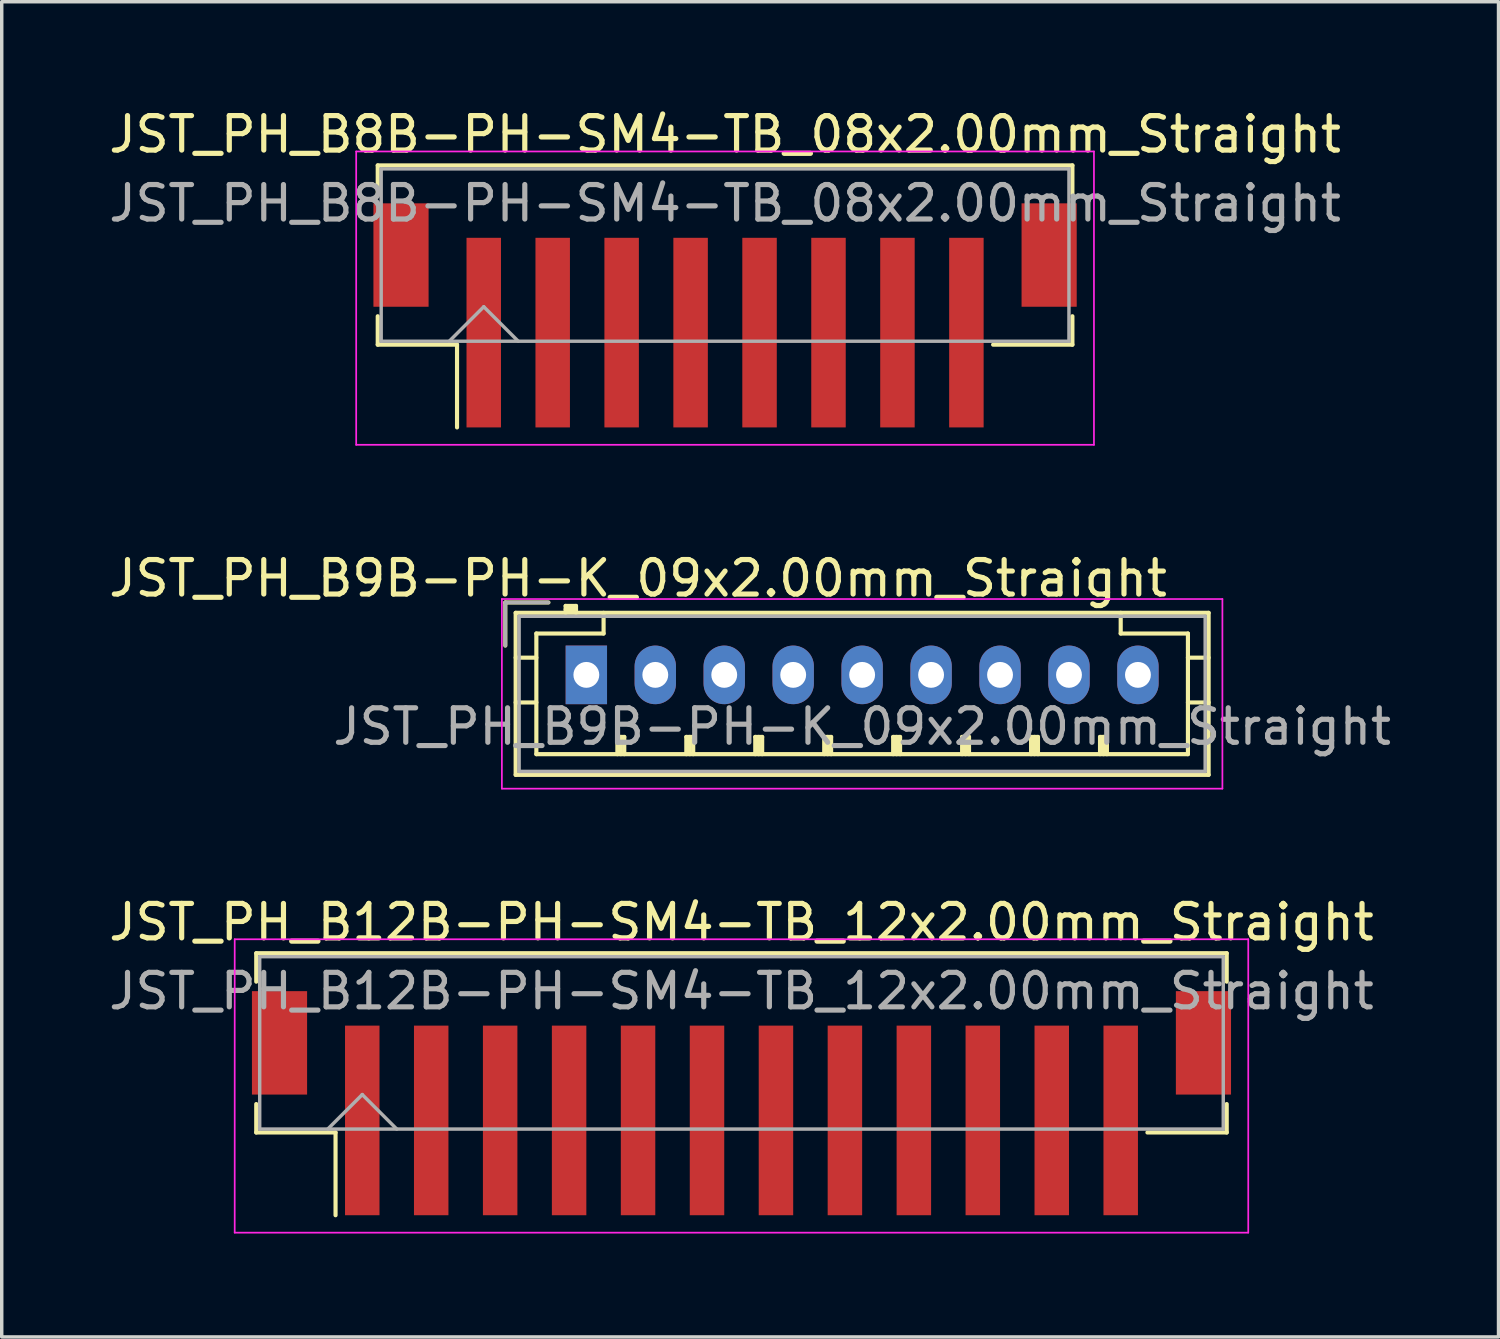
<source format=kicad_pcb>
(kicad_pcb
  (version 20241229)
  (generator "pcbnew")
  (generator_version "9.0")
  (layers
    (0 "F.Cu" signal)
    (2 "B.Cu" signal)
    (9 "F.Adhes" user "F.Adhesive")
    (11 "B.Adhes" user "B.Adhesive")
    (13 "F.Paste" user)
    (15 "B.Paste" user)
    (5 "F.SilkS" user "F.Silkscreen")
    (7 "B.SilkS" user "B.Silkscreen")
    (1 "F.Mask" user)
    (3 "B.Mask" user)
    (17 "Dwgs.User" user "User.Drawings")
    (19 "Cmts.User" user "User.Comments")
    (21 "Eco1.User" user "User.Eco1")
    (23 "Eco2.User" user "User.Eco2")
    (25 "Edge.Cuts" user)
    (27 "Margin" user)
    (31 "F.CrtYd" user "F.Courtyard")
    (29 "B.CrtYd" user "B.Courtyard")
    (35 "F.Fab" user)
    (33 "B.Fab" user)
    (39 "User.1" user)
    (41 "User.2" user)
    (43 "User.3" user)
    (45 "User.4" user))
  (footprint "JST_PH_B8B-PH-SM4-TB_08x2.00mm_Straight"
    (layer "F.Cu")
    (at 17.982 5.473)
    (property "Reference" "JST_PH_B8B-PH-SM4-TB_08x2.00mm_Straight" (at 0 -4.625 0) (layer "F.SilkS") (effects (font (size 1 1) (thickness 0.15))))
    (attr smd)
    (fp_line (start -10.075 -3.725) (end 10.075 -3.725) (stroke (width 0.12) (type solid)) (layer "F.SilkS"))
    (fp_line (start -10.075 -2.9) (end -10.075 -3.725) (stroke (width 0.12) (type solid)) (layer "F.SilkS"))
    (fp_line (start -10.075 0.65) (end -10.075 1.475) (stroke (width 0.12) (type solid)) (layer "F.SilkS"))
    (fp_line (start -10.075 1.475) (end -7.775 1.475) (stroke (width 0.12) (type solid)) (layer "F.SilkS"))
    (fp_line (start -7.775 1.475) (end -7.775 3.875) (stroke (width 0.12) (type solid)) (layer "F.SilkS"))
    (fp_line (start 10.075 -3.725) (end 10.075 -2.9) (stroke (width 0.12) (type solid)) (layer "F.SilkS"))
    (fp_line (start 10.075 0.65) (end 10.075 1.475) (stroke (width 0.12) (type solid)) (layer "F.SilkS"))
    (fp_line (start 10.075 1.475) (end 7.775 1.475) (stroke (width 0.12) (type solid)) (layer "F.SilkS"))
    (fp_line (start -10.7 -4.13) (end -10.7 4.38) (stroke (width 0.05) (type solid)) (layer "F.CrtYd"))
    (fp_line (start -10.7 4.38) (end 10.7 4.38) (stroke (width 0.05) (type solid)) (layer "F.CrtYd"))
    (fp_line (start 10.7 -4.13) (end -10.7 -4.13) (stroke (width 0.05) (type solid)) (layer "F.CrtYd"))
    (fp_line (start 10.7 4.38) (end 10.7 -4.13) (stroke (width 0.05) (type solid)) (layer "F.CrtYd"))
    (fp_line (start -9.975 -3.625) (end -9.975 1.375) (stroke (width 0.1) (type solid)) (layer "F.Fab"))
    (fp_line (start -9.975 1.375) (end 9.975 1.375) (stroke (width 0.1) (type solid)) (layer "F.Fab"))
    (fp_line (start -8 1.375) (end -7 0.375) (stroke (width 0.1) (type solid)) (layer "F.Fab"))
    (fp_line (start -7 0.375) (end -6 1.375) (stroke (width 0.1) (type solid)) (layer "F.Fab"))
    (fp_line (start 9.975 -3.625) (end -9.975 -3.625) (stroke (width 0.1) (type solid)) (layer "F.Fab"))
    (fp_line (start 9.975 1.375) (end 9.975 -3.625) (stroke (width 0.1) (type solid)) (layer "F.Fab"))
    (fp_text user "${REFERENCE}" (at 0 -2.625 0) (layer "F.Fab") (effects (font (size 1 1) (thickness 0.15))))
    (pad "" smd rect (at -9.4 -1.125) (size 1.6 3) (layers "F.Cu" "F.Mask" "F.Paste"))
    (pad "" smd rect (at 9.4 -1.125) (size 1.6 3) (layers "F.Cu" "F.Mask" "F.Paste"))
    (pad "1" smd rect (at -7 1.125) (size 1 5.5) (layers "F.Cu" "F.Mask" "F.Paste"))
    (pad "2" smd rect (at -5 1.125) (size 1 5.5) (layers "F.Cu" "F.Mask" "F.Paste"))
    (pad "3" smd rect (at -3 1.125) (size 1 5.5) (layers "F.Cu" "F.Mask" "F.Paste"))
    (pad "4" smd rect (at -1 1.125) (size 1 5.5) (layers "F.Cu" "F.Mask" "F.Paste"))
    (pad "5" smd rect (at 1 1.125) (size 1 5.5) (layers "F.Cu" "F.Mask" "F.Paste"))
    (pad "6" smd rect (at 3 1.125) (size 1 5.5) (layers "F.Cu" "F.Mask" "F.Paste"))
    (pad "7" smd rect (at 5 1.125) (size 1 5.5) (layers "F.Cu" "F.Mask" "F.Paste"))
    (pad "8" smd rect (at 7 1.125) (size 1 5.5) (layers "F.Cu" "F.Mask" "F.Paste")))
  (footprint "JST_PH_B12B-PH-SM4-TB_12x2.00mm_Straight"
    (layer "F.Cu")
    (at 18.458 28.325)
    (property "Reference" "JST_PH_B12B-PH-SM4-TB_12x2.00mm_Straight" (at 0 -4.625 0) (layer "F.SilkS") (effects (font (size 1 1) (thickness 0.15))))
    (attr smd)
    (fp_line (start -14.075 -3.725) (end 14.075 -3.725) (stroke (width 0.12) (type solid)) (layer "F.SilkS"))
    (fp_line (start -14.075 -2.9) (end -14.075 -3.725) (stroke (width 0.12) (type solid)) (layer "F.SilkS"))
    (fp_line (start -14.075 0.65) (end -14.075 1.475) (stroke (width 0.12) (type solid)) (layer "F.SilkS"))
    (fp_line (start -14.075 1.475) (end -11.775 1.475) (stroke (width 0.12) (type solid)) (layer "F.SilkS"))
    (fp_line (start -11.775 1.475) (end -11.775 3.875) (stroke (width 0.12) (type solid)) (layer "F.SilkS"))
    (fp_line (start 14.075 -3.725) (end 14.075 -2.9) (stroke (width 0.12) (type solid)) (layer "F.SilkS"))
    (fp_line (start 14.075 0.65) (end 14.075 1.475) (stroke (width 0.12) (type solid)) (layer "F.SilkS"))
    (fp_line (start 14.075 1.475) (end 11.775 1.475) (stroke (width 0.12) (type solid)) (layer "F.SilkS"))
    (fp_line (start -14.7 -4.13) (end -14.7 4.38) (stroke (width 0.05) (type solid)) (layer "F.CrtYd"))
    (fp_line (start -14.7 4.38) (end 14.7 4.38) (stroke (width 0.05) (type solid)) (layer "F.CrtYd"))
    (fp_line (start 14.7 -4.13) (end -14.7 -4.13) (stroke (width 0.05) (type solid)) (layer "F.CrtYd"))
    (fp_line (start 14.7 4.38) (end 14.7 -4.13) (stroke (width 0.05) (type solid)) (layer "F.CrtYd"))
    (fp_line (start -13.975 -3.625) (end -13.975 1.375) (stroke (width 0.1) (type solid)) (layer "F.Fab"))
    (fp_line (start -13.975 1.375) (end 13.975 1.375) (stroke (width 0.1) (type solid)) (layer "F.Fab"))
    (fp_line (start -12 1.375) (end -11 0.375) (stroke (width 0.1) (type solid)) (layer "F.Fab"))
    (fp_line (start -11 0.375) (end -10 1.375) (stroke (width 0.1) (type solid)) (layer "F.Fab"))
    (fp_line (start 13.975 -3.625) (end -13.975 -3.625) (stroke (width 0.1) (type solid)) (layer "F.Fab"))
    (fp_line (start 13.975 1.375) (end 13.975 -3.625) (stroke (width 0.1) (type solid)) (layer "F.Fab"))
    (fp_text user "${REFERENCE}" (at 0 -2.625 0) (layer "F.Fab") (effects (font (size 1 1) (thickness 0.15))))
    (pad "" smd rect (at -13.4 -1.125) (size 1.6 3) (layers "F.Cu" "F.Mask" "F.Paste"))
    (pad "" smd rect (at 13.4 -1.125) (size 1.6 3) (layers "F.Cu" "F.Mask" "F.Paste"))
    (pad "1" smd rect (at -11 1.125) (size 1 5.5) (layers "F.Cu" "F.Mask" "F.Paste"))
    (pad "2" smd rect (at -9 1.125) (size 1 5.5) (layers "F.Cu" "F.Mask" "F.Paste"))
    (pad "3" smd rect (at -7 1.125) (size 1 5.5) (layers "F.Cu" "F.Mask" "F.Paste"))
    (pad "4" smd rect (at -5 1.125) (size 1 5.5) (layers "F.Cu" "F.Mask" "F.Paste"))
    (pad "5" smd rect (at -3 1.125) (size 1 5.5) (layers "F.Cu" "F.Mask" "F.Paste"))
    (pad "6" smd rect (at -1 1.125) (size 1 5.5) (layers "F.Cu" "F.Mask" "F.Paste"))
    (pad "7" smd rect (at 1 1.125) (size 1 5.5) (layers "F.Cu" "F.Mask" "F.Paste"))
    (pad "8" smd rect (at 3 1.125) (size 1 5.5) (layers "F.Cu" "F.Mask" "F.Paste"))
    (pad "9" smd rect (at 5 1.125) (size 1 5.5) (layers "F.Cu" "F.Mask" "F.Paste"))
    (pad "10" smd rect (at 7 1.125) (size 1 5.5) (layers "F.Cu" "F.Mask" "F.Paste"))
    (pad "11" smd rect (at 9 1.125) (size 1 5.5) (layers "F.Cu" "F.Mask" "F.Paste"))
    (pad "12" smd rect (at 11 1.125) (size 1 5.5) (layers "F.Cu" "F.Mask" "F.Paste")))
  (footprint "JST_PH_B9B-PH-K_09x2.00mm_Straight"
    (layer "F.Cu")
    (at 13.958 16.526)
    (property "Reference" "JST_PH_B9B-PH-K_09x2.00mm_Straight" (at 1.5 -2.8 0) (layer "F.SilkS") (effects (font (size 1 1) (thickness 0.15))))
    (attr through_hole)
    (fp_line (start -2.35 -2.1) (end -2.35 -0.85) (stroke (width 0.12) (type solid)) (layer "F.SilkS"))
    (fp_line (start -2.05 -1.8) (end -2.05 2.9) (stroke (width 0.12) (type solid)) (layer "F.SilkS"))
    (fp_line (start -2.05 -0.5) (end -1.45 -0.5) (stroke (width 0.12) (type solid)) (layer "F.SilkS"))
    (fp_line (start -2.05 0.8) (end -1.45 0.8) (stroke (width 0.12) (type solid)) (layer "F.SilkS"))
    (fp_line (start -2.05 2.9) (end 18.05 2.9) (stroke (width 0.12) (type solid)) (layer "F.SilkS"))
    (fp_line (start -1.45 -1.2) (end -1.45 2.3) (stroke (width 0.12) (type solid)) (layer "F.SilkS"))
    (fp_line (start -1.45 2.3) (end 17.45 2.3) (stroke (width 0.12) (type solid)) (layer "F.SilkS"))
    (fp_line (start -1.1 -2.1) (end -2.35 -2.1) (stroke (width 0.12) (type solid)) (layer "F.SilkS"))
    (fp_line (start -0.6 -2) (end -0.6 -1.8) (stroke (width 0.12) (type solid)) (layer "F.SilkS"))
    (fp_line (start -0.3 -2) (end -0.6 -2) (stroke (width 0.12) (type solid)) (layer "F.SilkS"))
    (fp_line (start -0.3 -1.9) (end -0.6 -1.9) (stroke (width 0.12) (type solid)) (layer "F.SilkS"))
    (fp_line (start -0.3 -1.8) (end -0.3 -2) (stroke (width 0.12) (type solid)) (layer "F.SilkS"))
    (fp_line (start 0.5 -1.8) (end 0.5 -1.2) (stroke (width 0.12) (type solid)) (layer "F.SilkS"))
    (fp_line (start 0.5 -1.2) (end -1.45 -1.2) (stroke (width 0.12) (type solid)) (layer "F.SilkS"))
    (fp_line (start 0.9 1.8) (end 1.1 1.8) (stroke (width 0.12) (type solid)) (layer "F.SilkS"))
    (fp_line (start 0.9 2.3) (end 0.9 1.8) (stroke (width 0.12) (type solid)) (layer "F.SilkS"))
    (fp_line (start 1 2.3) (end 1 1.8) (stroke (width 0.12) (type solid)) (layer "F.SilkS"))
    (fp_line (start 1.1 1.8) (end 1.1 2.3) (stroke (width 0.12) (type solid)) (layer "F.SilkS"))
    (fp_line (start 2.9 1.8) (end 3.1 1.8) (stroke (width 0.12) (type solid)) (layer "F.SilkS"))
    (fp_line (start 2.9 2.3) (end 2.9 1.8) (stroke (width 0.12) (type solid)) (layer "F.SilkS"))
    (fp_line (start 3 2.3) (end 3 1.8) (stroke (width 0.12) (type solid)) (layer "F.SilkS"))
    (fp_line (start 3.1 1.8) (end 3.1 2.3) (stroke (width 0.12) (type solid)) (layer "F.SilkS"))
    (fp_line (start 4.9 1.8) (end 5.1 1.8) (stroke (width 0.12) (type solid)) (layer "F.SilkS"))
    (fp_line (start 4.9 2.3) (end 4.9 1.8) (stroke (width 0.12) (type solid)) (layer "F.SilkS"))
    (fp_line (start 5 2.3) (end 5 1.8) (stroke (width 0.12) (type solid)) (layer "F.SilkS"))
    (fp_line (start 5.1 1.8) (end 5.1 2.3) (stroke (width 0.12) (type solid)) (layer "F.SilkS"))
    (fp_line (start 6.9 1.8) (end 7.1 1.8) (stroke (width 0.12) (type solid)) (layer "F.SilkS"))
    (fp_line (start 6.9 2.3) (end 6.9 1.8) (stroke (width 0.12) (type solid)) (layer "F.SilkS"))
    (fp_line (start 7 2.3) (end 7 1.8) (stroke (width 0.12) (type solid)) (layer "F.SilkS"))
    (fp_line (start 7.1 1.8) (end 7.1 2.3) (stroke (width 0.12) (type solid)) (layer "F.SilkS"))
    (fp_line (start 8.9 1.8) (end 9.1 1.8) (stroke (width 0.12) (type solid)) (layer "F.SilkS"))
    (fp_line (start 8.9 2.3) (end 8.9 1.8) (stroke (width 0.12) (type solid)) (layer "F.SilkS"))
    (fp_line (start 9 2.3) (end 9 1.8) (stroke (width 0.12) (type solid)) (layer "F.SilkS"))
    (fp_line (start 9.1 1.8) (end 9.1 2.3) (stroke (width 0.12) (type solid)) (layer "F.SilkS"))
    (fp_line (start 10.9 1.8) (end 11.1 1.8) (stroke (width 0.12) (type solid)) (layer "F.SilkS"))
    (fp_line (start 10.9 2.3) (end 10.9 1.8) (stroke (width 0.12) (type solid)) (layer "F.SilkS"))
    (fp_line (start 11 2.3) (end 11 1.8) (stroke (width 0.12) (type solid)) (layer "F.SilkS"))
    (fp_line (start 11.1 1.8) (end 11.1 2.3) (stroke (width 0.12) (type solid)) (layer "F.SilkS"))
    (fp_line (start 12.9 1.8) (end 13.1 1.8) (stroke (width 0.12) (type solid)) (layer "F.SilkS"))
    (fp_line (start 12.9 2.3) (end 12.9 1.8) (stroke (width 0.12) (type solid)) (layer "F.SilkS"))
    (fp_line (start 13 2.3) (end 13 1.8) (stroke (width 0.12) (type solid)) (layer "F.SilkS"))
    (fp_line (start 13.1 1.8) (end 13.1 2.3) (stroke (width 0.12) (type solid)) (layer "F.SilkS"))
    (fp_line (start 14.9 1.8) (end 15.1 1.8) (stroke (width 0.12) (type solid)) (layer "F.SilkS"))
    (fp_line (start 14.9 2.3) (end 14.9 1.8) (stroke (width 0.12) (type solid)) (layer "F.SilkS"))
    (fp_line (start 15 2.3) (end 15 1.8) (stroke (width 0.12) (type solid)) (layer "F.SilkS"))
    (fp_line (start 15.1 1.8) (end 15.1 2.3) (stroke (width 0.12) (type solid)) (layer "F.SilkS"))
    (fp_line (start 15.5 -1.2) (end 15.5 -1.8) (stroke (width 0.12) (type solid)) (layer "F.SilkS"))
    (fp_line (start 17.45 -1.2) (end 15.5 -1.2) (stroke (width 0.12) (type solid)) (layer "F.SilkS"))
    (fp_line (start 17.45 2.3) (end 17.45 -1.2) (stroke (width 0.12) (type solid)) (layer "F.SilkS"))
    (fp_line (start 18.05 -1.8) (end -2.05 -1.8) (stroke (width 0.12) (type solid)) (layer "F.SilkS"))
    (fp_line (start 18.05 -0.5) (end 17.45 -0.5) (stroke (width 0.12) (type solid)) (layer "F.SilkS"))
    (fp_line (start 18.05 0.8) (end 17.45 0.8) (stroke (width 0.12) (type solid)) (layer "F.SilkS"))
    (fp_line (start 18.05 2.9) (end 18.05 -1.8) (stroke (width 0.12) (type solid)) (layer "F.SilkS"))
    (fp_line (start -2.45 -2.2) (end -2.45 3.3) (stroke (width 0.05) (type solid)) (layer "F.CrtYd"))
    (fp_line (start -2.45 3.3) (end 18.45 3.3) (stroke (width 0.05) (type solid)) (layer "F.CrtYd"))
    (fp_line (start 18.45 -2.2) (end -2.45 -2.2) (stroke (width 0.05) (type solid)) (layer "F.CrtYd"))
    (fp_line (start 18.45 3.3) (end 18.45 -2.2) (stroke (width 0.05) (type solid)) (layer "F.CrtYd"))
    (fp_line (start -2.35 -2.1) (end -2.35 -0.85) (stroke (width 0.1) (type solid)) (layer "F.Fab"))
    (fp_line (start -1.95 -1.7) (end -1.95 2.8) (stroke (width 0.1) (type solid)) (layer "F.Fab"))
    (fp_line (start -1.95 2.8) (end 17.95 2.8) (stroke (width 0.1) (type solid)) (layer "F.Fab"))
    (fp_line (start -1.1 -2.1) (end -2.35 -2.1) (stroke (width 0.1) (type solid)) (layer "F.Fab"))
    (fp_line (start 17.95 -1.7) (end -1.95 -1.7) (stroke (width 0.1) (type solid)) (layer "F.Fab"))
    (fp_line (start 17.95 2.8) (end 17.95 -1.7) (stroke (width 0.1) (type solid)) (layer "F.Fab"))
    (fp_text user "${REFERENCE}" (at 8 1.5 0) (layer "F.Fab") (effects (font (size 1 1) (thickness 0.15))))
    (pad "1" thru_hole rect (at 0 0) (size 1.2 1.7) (drill 0.75) (layers "*.Cu" "*.Mask"))
    (pad "2" thru_hole oval (at 2 0) (size 1.2 1.7) (drill 0.75) (layers "*.Cu" "*.Mask"))
    (pad "3" thru_hole oval (at 4 0) (size 1.2 1.7) (drill 0.75) (layers "*.Cu" "*.Mask"))
    (pad "4" thru_hole oval (at 6 0) (size 1.2 1.7) (drill 0.75) (layers "*.Cu" "*.Mask"))
    (pad "5" thru_hole oval (at 8 0) (size 1.2 1.7) (drill 0.75) (layers "*.Cu" "*.Mask"))
    (pad "6" thru_hole oval (at 10 0) (size 1.2 1.7) (drill 0.75) (layers "*.Cu" "*.Mask"))
    (pad "7" thru_hole oval (at 12 0) (size 1.2 1.7) (drill 0.75) (layers "*.Cu" "*.Mask"))
    (pad "8" thru_hole oval (at 14 0) (size 1.2 1.7) (drill 0.75) (layers "*.Cu" "*.Mask"))
    (pad "9" thru_hole oval (at 16 0) (size 1.2 1.7) (drill 0.75) (layers "*.Cu" "*.Mask")))
  (gr_rect
    (start -3 -3)
    (end 40.417 35.73)
    (stroke (width 0.1) (type default))
    (fill no)
    (layer "Edge.Cuts")))
</source>
